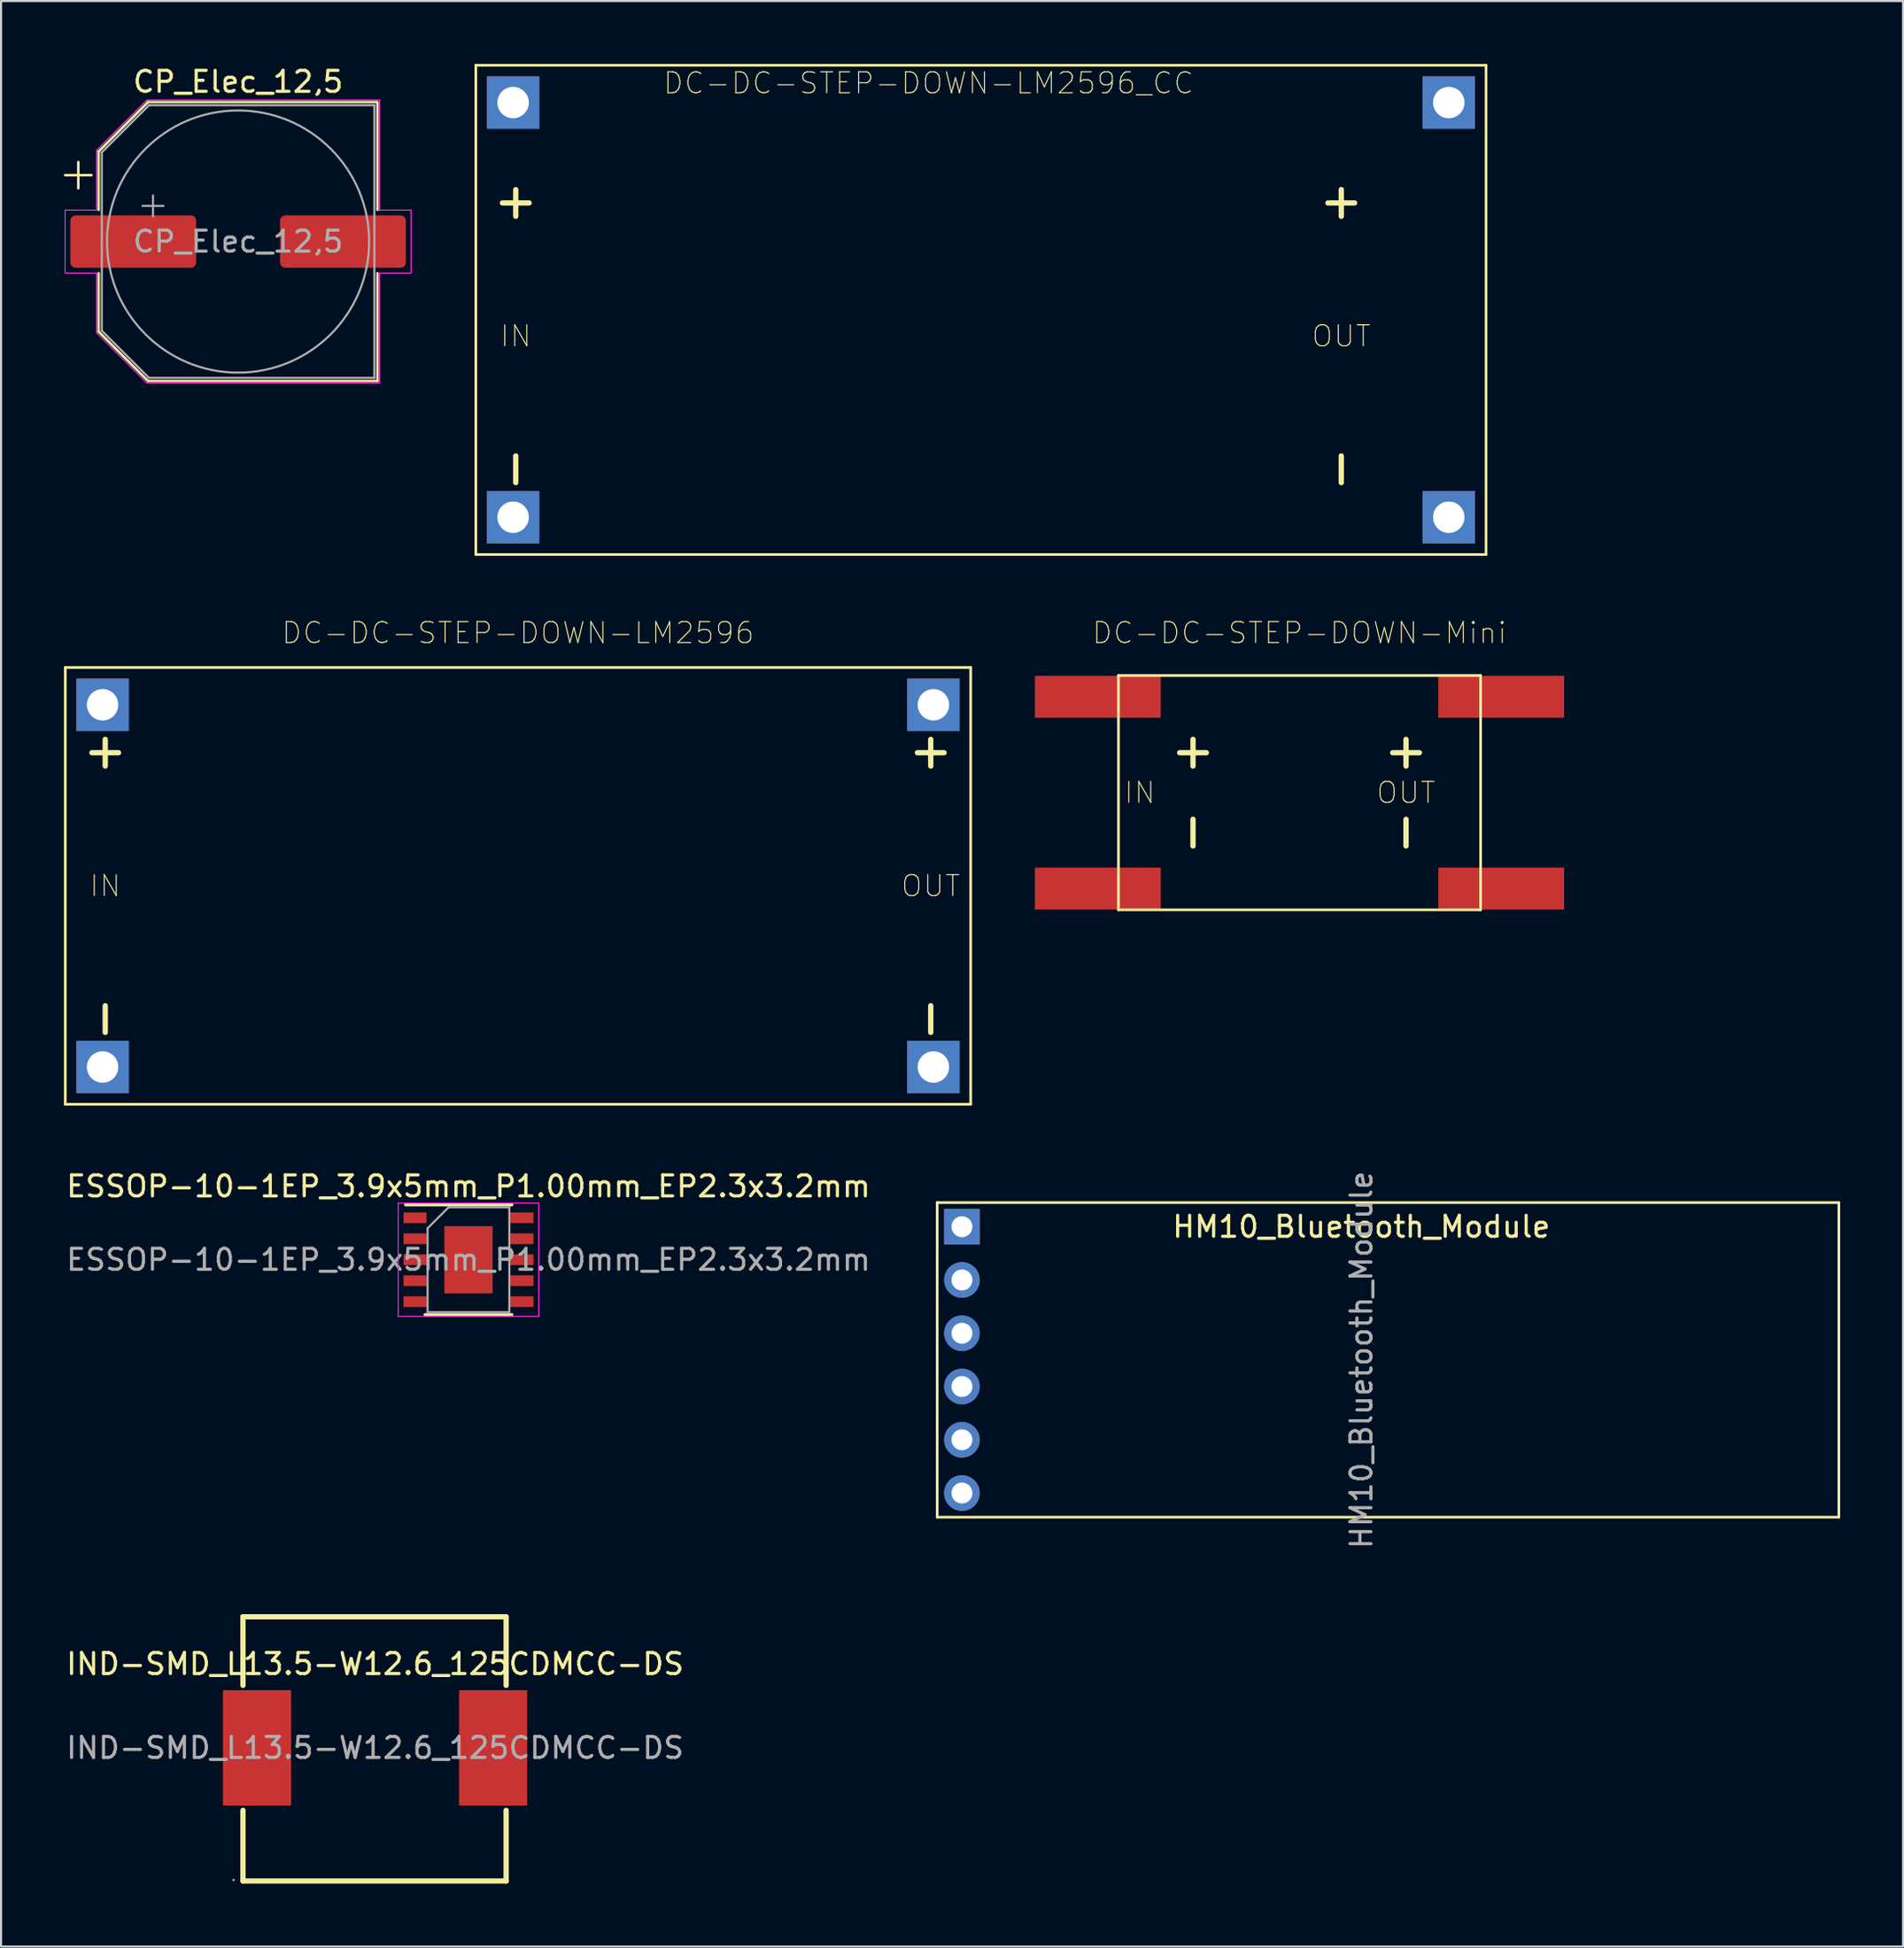
<source format=kicad_pcb>
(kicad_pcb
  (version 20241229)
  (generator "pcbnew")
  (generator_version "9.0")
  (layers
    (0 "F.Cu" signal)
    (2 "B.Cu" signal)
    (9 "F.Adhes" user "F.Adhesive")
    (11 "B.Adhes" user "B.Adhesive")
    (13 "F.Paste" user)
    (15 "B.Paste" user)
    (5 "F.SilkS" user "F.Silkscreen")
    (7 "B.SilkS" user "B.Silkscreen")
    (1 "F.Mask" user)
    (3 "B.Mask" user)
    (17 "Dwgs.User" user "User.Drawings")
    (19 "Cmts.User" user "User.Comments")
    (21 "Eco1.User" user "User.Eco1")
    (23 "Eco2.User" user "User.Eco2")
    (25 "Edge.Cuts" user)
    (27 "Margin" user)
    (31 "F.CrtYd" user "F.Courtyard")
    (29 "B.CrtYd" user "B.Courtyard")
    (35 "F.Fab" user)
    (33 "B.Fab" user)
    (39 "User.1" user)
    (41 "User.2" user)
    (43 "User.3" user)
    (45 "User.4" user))
  (footprint "DC-DC-STEP-DOWN-Mini"
    (layer "F.Cu")
    (at 58.927 34.748)
    (property "Reference" "DC-DC-STEP-DOWN-Mini" (at 0 -7.62 0) (layer "F.SilkS") (effects (font (size 1 1) (thickness 0.05))))
    (attr through_hole)
    (fp_line (start -8.636 -5.588) (end 8.636 -5.588) (stroke (width 0.127) (type solid)) (layer "F.SilkS"))
    (fp_line (start -8.636 5.588) (end -8.636 -5.588) (stroke (width 0.127) (type solid)) (layer "F.SilkS"))
    (fp_line (start -5.715 -1.905) (end -4.445 -1.905) (stroke (width 0.254) (type solid)) (layer "F.SilkS"))
    (fp_line (start -5.08 -2.54) (end -5.08 -1.27) (stroke (width 0.254) (type solid)) (layer "F.SilkS"))
    (fp_line (start -5.08 2.54) (end -5.08 1.27) (stroke (width 0.254) (type solid)) (layer "F.SilkS"))
    (fp_line (start 4.445 -1.905) (end 5.715 -1.905) (stroke (width 0.254) (type solid)) (layer "F.SilkS"))
    (fp_line (start 5.08 -2.54) (end 5.08 -1.27) (stroke (width 0.254) (type solid)) (layer "F.SilkS"))
    (fp_line (start 5.08 2.54) (end 5.08 1.27) (stroke (width 0.254) (type solid)) (layer "F.SilkS"))
    (fp_line (start 8.636 -5.588) (end 8.636 5.588) (stroke (width 0.127) (type solid)) (layer "F.SilkS"))
    (fp_line (start 8.636 5.588) (end -8.636 5.588) (stroke (width 0.127) (type solid)) (layer "F.SilkS"))
    (fp_text user "IN" (at -7.62 0 0) (layer "F.SilkS") (effects (font (size 1 1) (thickness 0.05))))
    (fp_text user "OUT" (at 5.08 0 0) (layer "F.SilkS") (effects (font (size 1 1) (thickness 0.05))))
    (pad "IN+" smd rect (at -7.62 -4.572) (size 6 2) (drill (offset -2 0)) (layers "F.Cu" "F.Mask"))
    (pad "IN-" smd rect (at -7.62 4.572) (size 6 2) (drill (offset -2 0)) (layers "F.Cu" "F.Mask" "F.Paste"))
    (pad "OUT+" smd rect (at 7.62 -4.572) (size 6 2) (drill (offset 2 0)) (layers "F.Cu" "F.Mask" "F.Paste"))
    (pad "OUT-" smd rect (at 7.62 4.572) (size 6 2) (drill (offset 2 0)) (layers "F.Cu" "F.Mask" "F.Paste")))
  (footprint "DC-DC-STEP-DOWN-LM2596"
    (layer "F.Cu")
    (at 21.654 39.193)
    (property "Reference" "DC-DC-STEP-DOWN-LM2596" (at 0 -12.065 0) (layer "F.SilkS") (effects (font (size 1 1) (thickness 0.05))))
    (attr through_hole)
    (fp_line (start -21.59 -10.414) (end 21.59 -10.414) (stroke (width 0.127) (type solid)) (layer "F.SilkS"))
    (fp_line (start -21.59 10.414) (end -21.59 -10.414) (stroke (width 0.127) (type solid)) (layer "F.SilkS"))
    (fp_line (start -20.32 -6.35) (end -19.05 -6.35) (stroke (width 0.254) (type solid)) (layer "F.SilkS"))
    (fp_line (start -19.685 -6.985) (end -19.685 -5.715) (stroke (width 0.254) (type solid)) (layer "F.SilkS"))
    (fp_line (start -19.685 6.985) (end -19.685 5.715) (stroke (width 0.254) (type solid)) (layer "F.SilkS"))
    (fp_line (start 19.05 -6.35) (end 20.32 -6.35) (stroke (width 0.254) (type solid)) (layer "F.SilkS"))
    (fp_line (start 19.685 -6.985) (end 19.685 -5.715) (stroke (width 0.254) (type solid)) (layer "F.SilkS"))
    (fp_line (start 19.685 6.985) (end 19.685 5.715) (stroke (width 0.254) (type solid)) (layer "F.SilkS"))
    (fp_line (start 21.59 -10.414) (end 21.59 10.414) (stroke (width 0.127) (type solid)) (layer "F.SilkS"))
    (fp_line (start 21.59 10.414) (end -21.59 10.414) (stroke (width 0.127) (type solid)) (layer "F.SilkS"))
    (fp_text user "OUT" (at 19.685 0 0) (layer "F.SilkS") (effects (font (size 1 1) (thickness 0.05))))
    (fp_text user "IN" (at -19.685 0 0) (layer "F.SilkS") (effects (font (size 1 1) (thickness 0.05))))
    (pad "IN" thru_hole rect (at -19.812 8.636) (size 2.5 2.5) (drill 1.5) (layers "*.Cu" "*.Mask"))
    (pad "IN+" thru_hole rect (at -19.812 -8.636) (size 2.5 2.5) (drill 1.5) (layers "*.Cu" "*.Mask"))
    (pad "OUT" thru_hole rect (at 19.812 8.636) (size 2.5 2.5) (drill 1.5) (layers "*.Cu" "*.Mask"))
    (pad "OUT+" thru_hole rect (at 19.812 -8.636) (size 2.5 2.5) (drill 1.5) (layers "*.Cu" "*.Mask")))
  (footprint "IND-SMD_L13.5-W12.6_125CDMCC-DS"
    (layer "F.Cu")
    (at 14.839 80.295)
    (property "Reference" "IND-SMD_L13.5-W12.6_125CDMCC-DS" (at 0 -4 0) (layer "F.SilkS") (effects (font (size 1 1) (thickness 0.15))))
    (attr smd)
    (fp_line (start -6.3 -6.25) (end 6.25 -6.25) (stroke (width 0.25) (type solid)) (layer "F.SilkS"))
    (fp_line (start -6.3 -2.98) (end -6.3 -6.25) (stroke (width 0.25) (type solid)) (layer "F.SilkS"))
    (fp_line (start -6.3 6.35) (end -6.3 2.98) (stroke (width 0.25) (type solid)) (layer "F.SilkS"))
    (fp_line (start 6.25 -6.25) (end 6.25 -2.98) (stroke (width 0.25) (type solid)) (layer "F.SilkS"))
    (fp_line (start 6.25 2.98) (end 6.25 6.35) (stroke (width 0.25) (type solid)) (layer "F.SilkS"))
    (fp_line (start 6.25 6.35) (end -6.3 6.35) (stroke (width 0.25) (type solid)) (layer "F.SilkS"))
    (fp_circle (center -6.75 6.3) (end -6.72 6.3) (stroke (width 0.06) (type solid)) (fill no) (layer "F.Fab"))
    (fp_text user "${REFERENCE}" (at 0 0 0) (layer "F.Fab") (effects (font (size 1 1) (thickness 0.15))))
    (pad "1" smd rect (at -5.63 0) (size 3.25 5.5) (layers "F.Cu" "F.Mask" "F.Paste"))
    (pad "2" smd rect (at 5.63 0) (size 3.25 5.5) (layers "F.Cu" "F.Mask" "F.Paste")))
  (footprint "DC-DC-STEP-DOWN-LM2596_CC"
    (layer "F.Cu")
    (at 41.233 12.977)
    (property "Reference" "DC-DC-STEP-DOWN-LM2596_CC" (at 0 -12.065 0) (layer "F.SilkS") (effects (font (size 1 1) (thickness 0.05))))
    (attr through_hole)
    (fp_line (start -21.59 -12.914) (end 26.59 -12.914) (stroke (width 0.127) (type solid)) (layer "F.SilkS"))
    (fp_line (start -21.59 10.414) (end -21.59 -12.914) (stroke (width 0.127) (type solid)) (layer "F.SilkS"))
    (fp_line (start -20.32 -6.35) (end -19.05 -6.35) (stroke (width 0.254) (type solid)) (layer "F.SilkS"))
    (fp_line (start -19.685 -6.985) (end -19.685 -5.715) (stroke (width 0.254) (type solid)) (layer "F.SilkS"))
    (fp_line (start -19.685 6.985) (end -19.685 5.715) (stroke (width 0.254) (type solid)) (layer "F.SilkS"))
    (fp_line (start 19.05 -6.35) (end 20.32 -6.35) (stroke (width 0.254) (type solid)) (layer "F.SilkS"))
    (fp_line (start 19.685 -6.985) (end 19.685 -5.715) (stroke (width 0.254) (type solid)) (layer "F.SilkS"))
    (fp_line (start 19.685 6.985) (end 19.685 5.715) (stroke (width 0.254) (type solid)) (layer "F.SilkS"))
    (fp_line (start 26.59 -12.914) (end 26.59 10.414) (stroke (width 0.127) (type solid)) (layer "F.SilkS"))
    (fp_line (start 26.59 10.414) (end -21.59 10.414) (stroke (width 0.127) (type solid)) (layer "F.SilkS"))
    (fp_text user "OUT" (at 19.685 0 0) (layer "F.SilkS") (effects (font (size 1 1) (thickness 0.05))))
    (fp_text user "IN" (at -19.685 0 0) (layer "F.SilkS") (effects (font (size 1 1) (thickness 0.05))))
    (pad "IN" thru_hole rect (at -19.812 8.636) (size 2.5 2.5) (drill 1.5) (layers "*.Cu" "*.Mask"))
    (pad "IN+" thru_hole rect (at -19.812 -11.136) (size 2.5 2.5) (drill 1.5) (layers "*.Cu" "*.Mask"))
    (pad "OUT" thru_hole rect (at 24.812 8.636) (size 2.5 2.5) (drill 1.5) (layers "*.Cu" "*.Mask"))
    (pad "OUT+" thru_hole rect (at 24.812 -11.136) (size 2.5 2.5) (drill 1.5) (layers "*.Cu" "*.Mask")))
  (footprint "HM10_Bluetooth_Module"
    (layer "F.Cu")
    (at 63.147 61.795)
    (property "Reference" "HM10_Bluetooth_Module" (at -1.27 -6.35 0) (layer "F.SilkS") (effects (font (size 1 1) (thickness 0.15))))
    (attr through_hole)
    (fp_line (start -21.5 -7.5) (end 21.5 -7.5) (stroke (width 0.127) (type solid)) (layer "F.SilkS"))
    (fp_line (start -21.5 7.5) (end -21.5 -7.5) (stroke (width 0.127) (type solid)) (layer "F.SilkS"))
    (fp_line (start 21.5 -7.5) (end 21.5 7.5) (stroke (width 0.127) (type solid)) (layer "F.SilkS"))
    (fp_line (start 21.5 7.5) (end -21.5 7.5) (stroke (width 0.127) (type solid)) (layer "F.SilkS"))
    (fp_text user "${REFERENCE}" (at -1.27 0 90) (layer "F.Fab") (effects (font (size 1 1) (thickness 0.15))))
    (pad "EN" thru_hole oval (at -20.32 6.35) (size 1.7 1.7) (drill 1) (layers "*.Cu" "*.Mask"))
    (pad "GND" thru_hole oval (at -20.32 1.27) (size 1.7 1.7) (drill 1) (layers "*.Cu" "*.Mask"))
    (pad "RXD" thru_hole oval (at -20.32 -3.81) (size 1.7 1.7) (drill 1) (layers "*.Cu" "*.Mask"))
    (pad "STATE" thru_hole rect (at -20.32 -6.35) (size 1.7 1.7) (drill 1) (layers "*.Cu" "*.Mask"))
    (pad "TXD" thru_hole oval (at -20.32 -1.27) (size 1.7 1.7) (drill 1) (layers "*.Cu" "*.Mask"))
    (pad "VCC" thru_hole oval (at -20.32 3.81) (size 1.7 1.7) (drill 1) (layers "*.Cu" "*.Mask")))
  (footprint "ESSOP-10-1EP_3.9x5mm_P1.00mm_EP2.3x3.2mm"
    (layer "F.Cu")
    (at 19.292 57.019)
    (property "Reference" "ESSOP-10-1EP_3.9x5mm_P1.00mm_EP2.3x3.2mm" (at 0 -3.5 0) (layer "F.SilkS") (effects (font (size 1 1) (thickness 0.15))))
    (attr smd)
    (fp_line (start -3 -2.62) (end 2.07 -2.62) (stroke (width 0.15) (type solid)) (layer "F.SilkS"))
    (fp_line (start -2.07 2.62) (end 2.07 2.62) (stroke (width 0.15) (type solid)) (layer "F.SilkS"))
    (fp_line (start -3.35 -2.7) (end -3.35 2.7) (stroke (width 0.05) (type solid)) (layer "F.CrtYd"))
    (fp_line (start -3.35 -2.7) (end 3.35 -2.7) (stroke (width 0.05) (type solid)) (layer "F.CrtYd"))
    (fp_line (start -3.35 2.7) (end 3.35 2.7) (stroke (width 0.05) (type solid)) (layer "F.CrtYd"))
    (fp_line (start 3.35 -2.7) (end 3.35 2.7) (stroke (width 0.05) (type solid)) (layer "F.CrtYd"))
    (fp_line (start -1.95 -1.5) (end -0.95 -2.5) (stroke (width 0.1) (type solid)) (layer "F.Fab"))
    (fp_line (start -1.95 2.5) (end -1.95 -1.5) (stroke (width 0.1) (type solid)) (layer "F.Fab"))
    (fp_line (start -0.95 -2.5) (end 1.95 -2.5) (stroke (width 0.1) (type solid)) (layer "F.Fab"))
    (fp_line (start 1.95 -2.5) (end 1.95 2.5) (stroke (width 0.1) (type solid)) (layer "F.Fab"))
    (fp_line (start 1.95 2.5) (end -1.95 2.5) (stroke (width 0.1) (type solid)) (layer "F.Fab"))
    (fp_text user "${REFERENCE}" (at 0 0 0) (layer "F.Fab") (effects (font (size 1 1) (thickness 0.15))))
    (pad "0" smd rect (at 0 0) (size 2.3 3.2) (layers "F.Cu" "F.Mask" "F.Paste"))
    (pad "1" smd rect (at -2.55 -2) (size 1.1 0.51) (layers "F.Cu" "F.Mask" "F.Paste"))
    (pad "2" smd rect (at -2.55 -1) (size 1.1 0.51) (layers "F.Cu" "F.Mask" "F.Paste"))
    (pad "3" smd rect (at -2.55 0) (size 1.1 0.51) (layers "F.Cu" "F.Mask" "F.Paste"))
    (pad "4" smd rect (at -2.55 1) (size 1.1 0.51) (layers "F.Cu" "F.Mask" "F.Paste"))
    (pad "5" smd rect (at -2.55 2) (size 1.1 0.51) (layers "F.Cu" "F.Mask" "F.Paste"))
    (pad "6" smd rect (at 2.55 2) (size 1.1 0.51) (layers "F.Cu" "F.Mask" "F.Paste"))
    (pad "7" smd rect (at 2.55 1) (size 1.1 0.51) (layers "F.Cu" "F.Mask" "F.Paste"))
    (pad "8" smd rect (at 2.55 0) (size 1.1 0.51) (layers "F.Cu" "F.Mask" "F.Paste"))
    (pad "9" smd rect (at 2.55 -1) (size 1.1 0.51) (layers "F.Cu" "F.Mask" "F.Paste"))
    (pad "10" smd rect (at 2.55 -2) (size 1.1 0.51) (layers "F.Cu" "F.Mask" "F.Paste")))
  (footprint "CP_Elec_12,5"
    (layer "F.Cu")
    (at 8.305 8.468)
    (property "Reference" "CP_Elec_12,5" (at 0 -7.62 0) (layer "F.SilkS") (effects (font (size 1 1) (thickness 0.15))))
    (attr smd)
    (fp_line (start -8.245 -3.165) (end -6.995 -3.165) (stroke (width 0.12) (type solid)) (layer "F.SilkS"))
    (fp_line (start -7.62 -3.79) (end -7.62 -2.54) (stroke (width 0.12) (type solid)) (layer "F.SilkS"))
    (fp_line (start -6.65 -4.296) (end -6.65 -1.51) (stroke (width 0.12) (type solid)) (layer "F.SilkS"))
    (fp_line (start -6.65 -4.296) (end -4.296 -6.65) (stroke (width 0.12) (type solid)) (layer "F.SilkS"))
    (fp_line (start -6.65 4.296) (end -6.65 1.51) (stroke (width 0.12) (type solid)) (layer "F.SilkS"))
    (fp_line (start -6.65 4.296) (end -4.296 6.65) (stroke (width 0.12) (type solid)) (layer "F.SilkS"))
    (fp_line (start -4.296 -6.65) (end 6.65 -6.65) (stroke (width 0.12) (type solid)) (layer "F.SilkS"))
    (fp_line (start -4.296 6.65) (end 6.65 6.65) (stroke (width 0.12) (type solid)) (layer "F.SilkS"))
    (fp_line (start 6.65 -6.6) (end 6.65 -1.51) (stroke (width 0.12) (type solid)) (layer "F.SilkS"))
    (fp_line (start 6.65 6.65) (end 6.65 1.51) (stroke (width 0.12) (type solid)) (layer "F.SilkS"))
    (fp_line (start -8.25 -1.5) (end -8.25 1.5) (stroke (width 0.05) (type solid)) (layer "F.CrtYd"))
    (fp_line (start -8.25 1.5) (end -6.75 1.5) (stroke (width 0.05) (type solid)) (layer "F.CrtYd"))
    (fp_line (start -6.75 -4.35) (end -6.75 -1.5) (stroke (width 0.05) (type solid)) (layer "F.CrtYd"))
    (fp_line (start -6.75 -4.35) (end -4.35 -6.75) (stroke (width 0.05) (type solid)) (layer "F.CrtYd"))
    (fp_line (start -6.75 -1.5) (end -8.25 -1.5) (stroke (width 0.05) (type solid)) (layer "F.CrtYd"))
    (fp_line (start -6.75 1.5) (end -6.75 4.35) (stroke (width 0.05) (type solid)) (layer "F.CrtYd"))
    (fp_line (start -6.75 4.35) (end -4.35 6.75) (stroke (width 0.05) (type solid)) (layer "F.CrtYd"))
    (fp_line (start -4.35 -6.75) (end 6.75 -6.75) (stroke (width 0.05) (type solid)) (layer "F.CrtYd"))
    (fp_line (start -4.35 6.75) (end 6.75 6.75) (stroke (width 0.05) (type solid)) (layer "F.CrtYd"))
    (fp_line (start 6.75 -6.75) (end 6.75 -1.5) (stroke (width 0.05) (type solid)) (layer "F.CrtYd"))
    (fp_line (start 6.75 -1.5) (end 8.25 -1.5) (stroke (width 0.05) (type solid)) (layer "F.CrtYd"))
    (fp_line (start 6.75 1.5) (end 6.75 6.75) (stroke (width 0.05) (type solid)) (layer "F.CrtYd"))
    (fp_line (start 8.25 -1.5) (end 8.25 1.5) (stroke (width 0.05) (type solid)) (layer "F.CrtYd"))
    (fp_line (start 8.25 1.5) (end 6.75 1.5) (stroke (width 0.05) (type solid)) (layer "F.CrtYd"))
    (fp_line (start -6.5 -4.25) (end -6.5 4.25) (stroke (width 0.1) (type solid)) (layer "F.Fab"))
    (fp_line (start -6.5 -4.25) (end -4.25 -6.5) (stroke (width 0.1) (type solid)) (layer "F.Fab"))
    (fp_line (start -6.5 4.25) (end -4.25 6.5) (stroke (width 0.1) (type solid)) (layer "F.Fab"))
    (fp_line (start -4.558 -1.7) (end -3.558 -1.7) (stroke (width 0.1) (type solid)) (layer "F.Fab"))
    (fp_line (start -4.25 -6.5) (end 6.5 -6.5) (stroke (width 0.1) (type solid)) (layer "F.Fab"))
    (fp_line (start -4.25 6.5) (end 6.5 6.5) (stroke (width 0.1) (type solid)) (layer "F.Fab"))
    (fp_line (start -4.058 -2.2) (end -4.058 -1.2) (stroke (width 0.1) (type solid)) (layer "F.Fab"))
    (fp_line (start 6.5 -6.5) (end 6.5 6.5) (stroke (width 0.1) (type solid)) (layer "F.Fab"))
    (fp_circle (center 0 0) (end 6.25 0) (stroke (width 0.1) (type solid)) (fill no) (layer "F.Fab"))
    (fp_text user "${REFERENCE}" (at 0 0 0) (layer "F.Fab") (effects (font (size 1 1) (thickness 0.15))))
    (pad "1" smd roundrect (at -5 0) (size 6 2.5) (layers "F.Cu" "F.Mask" "F.Paste") (roundrect_rratio 0.1))
    (pad "2" smd roundrect (at 5 0) (size 6 2.5) (layers "F.Cu" "F.Mask" "F.Paste") (roundrect_rratio 0.1)))
  (gr_rect
    (start -3 -3)
    (end 87.71 89.77)
    (stroke (width 0.1) (type default))
    (fill no)
    (layer "Edge.Cuts")))
</source>
